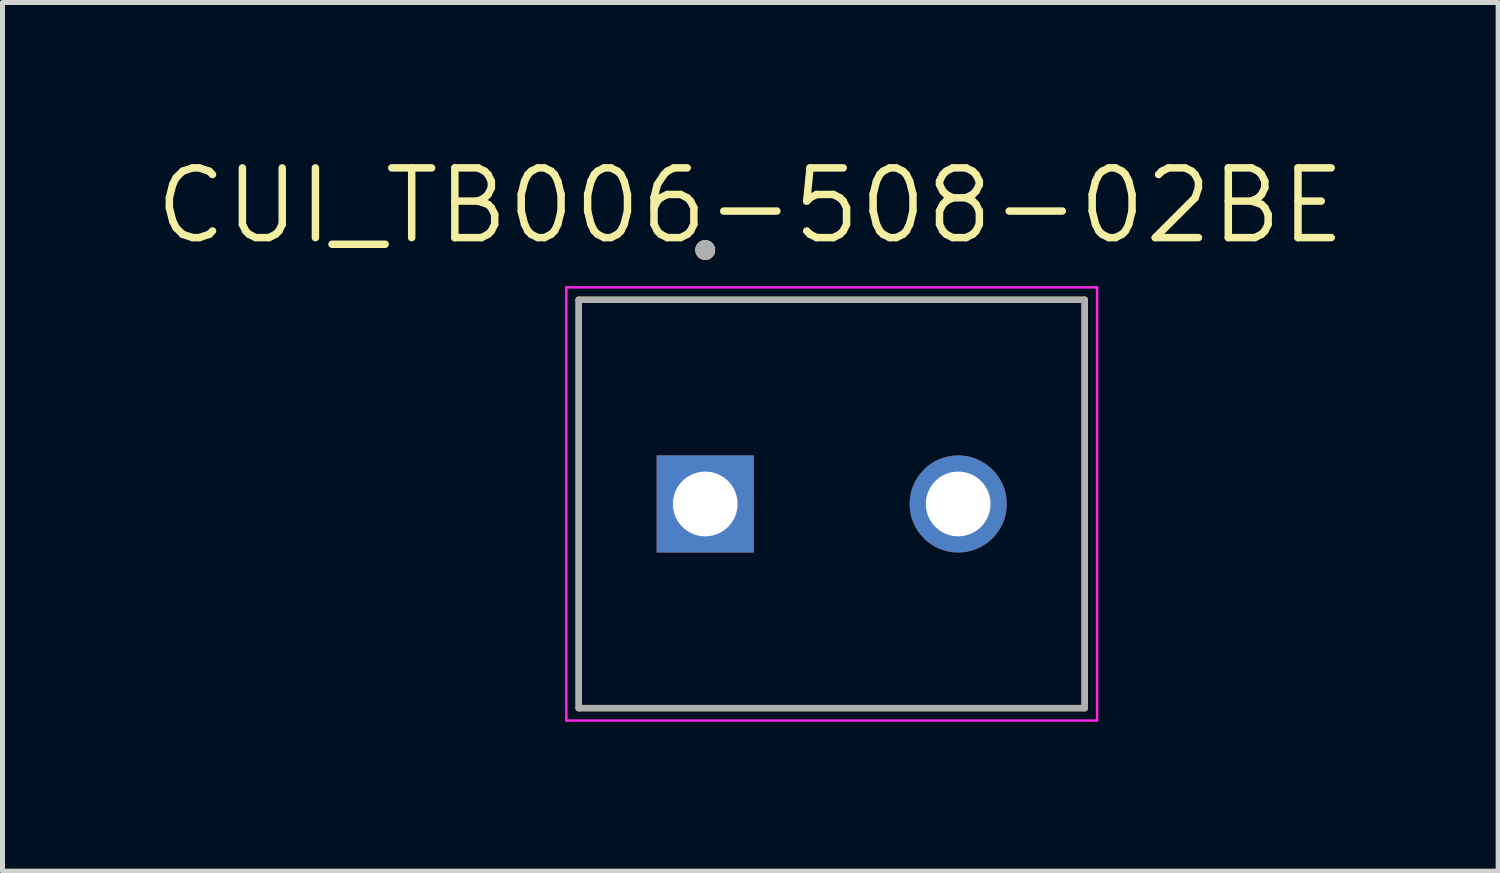
<source format=kicad_pcb>
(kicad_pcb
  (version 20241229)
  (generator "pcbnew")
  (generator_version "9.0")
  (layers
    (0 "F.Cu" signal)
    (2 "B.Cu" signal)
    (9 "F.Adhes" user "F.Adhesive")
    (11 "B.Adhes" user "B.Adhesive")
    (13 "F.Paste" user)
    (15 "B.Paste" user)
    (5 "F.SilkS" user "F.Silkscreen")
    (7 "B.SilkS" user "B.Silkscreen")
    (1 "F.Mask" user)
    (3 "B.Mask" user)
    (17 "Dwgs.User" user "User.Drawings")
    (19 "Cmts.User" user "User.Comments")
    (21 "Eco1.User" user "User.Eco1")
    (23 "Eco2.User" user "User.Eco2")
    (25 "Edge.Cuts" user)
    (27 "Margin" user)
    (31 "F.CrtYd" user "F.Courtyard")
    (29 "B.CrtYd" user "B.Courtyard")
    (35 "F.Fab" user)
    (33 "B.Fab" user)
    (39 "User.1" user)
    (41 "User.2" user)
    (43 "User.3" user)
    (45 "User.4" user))
  (footprint "CUI_TB006-508-02BE"
    (layer "F.Cu")
    (at 11.113 7.071)
    (property "Reference" "CUI_TB006-508-02BE" (at 0.905 -5.989 0) (layer "F.SilkS") (effects (font (size 1.4 1.4) (thickness 0.15))))
    (attr through_hole)
    (fp_line (start -2.54 -4.1) (end 7.62 -4.1) (stroke (width 0.127) (type solid)) (layer "F.SilkS"))
    (fp_line (start -2.54 4.1) (end -2.54 -4.1) (stroke (width 0.127) (type solid)) (layer "F.SilkS"))
    (fp_line (start 7.62 -4.1) (end 7.62 4.1) (stroke (width 0.127) (type solid)) (layer "F.SilkS"))
    (fp_line (start 7.62 4.1) (end -2.54 4.1) (stroke (width 0.127) (type solid)) (layer "F.SilkS"))
    (fp_circle (center 0 -5.1) (end 0.1 -5.1) (stroke (width 0.2) (type solid)) (fill no) (layer "F.SilkS"))
    (fp_line (start -2.79 -4.35) (end 7.87 -4.35) (stroke (width 0.05) (type solid)) (layer "F.CrtYd"))
    (fp_line (start -2.79 4.35) (end -2.79 -4.35) (stroke (width 0.05) (type solid)) (layer "F.CrtYd"))
    (fp_line (start 7.87 -4.35) (end 7.87 4.35) (stroke (width 0.05) (type solid)) (layer "F.CrtYd"))
    (fp_line (start 7.87 4.35) (end -2.79 4.35) (stroke (width 0.05) (type solid)) (layer "F.CrtYd"))
    (fp_line (start -2.54 -4.1) (end 7.62 -4.1) (stroke (width 0.127) (type solid)) (layer "F.Fab"))
    (fp_line (start -2.54 4.1) (end -2.54 -4.1) (stroke (width 0.127) (type solid)) (layer "F.Fab"))
    (fp_line (start 7.62 -4.1) (end 7.62 4.1) (stroke (width 0.127) (type solid)) (layer "F.Fab"))
    (fp_line (start 7.62 4.1) (end -2.54 4.1) (stroke (width 0.127) (type solid)) (layer "F.Fab"))
    (fp_circle (center 0 -5.1) (end 0.1 -5.1) (stroke (width 0.2) (type solid)) (fill no) (layer "F.Fab"))
    (pad "1" thru_hole rect (at 0 0) (size 1.95 1.95) (drill 1.3) (layers "*.Cu" "*.Mask"))
    (pad "2" thru_hole circle (at 5.08 0) (size 1.95 1.95) (drill 1.3) (layers "*.Cu" "*.Mask")))
  (gr_rect
    (start -3 -3)
    (end 27.037 14.446)
    (stroke (width 0.1) (type default))
    (fill no)
    (layer "Edge.Cuts")))
</source>
